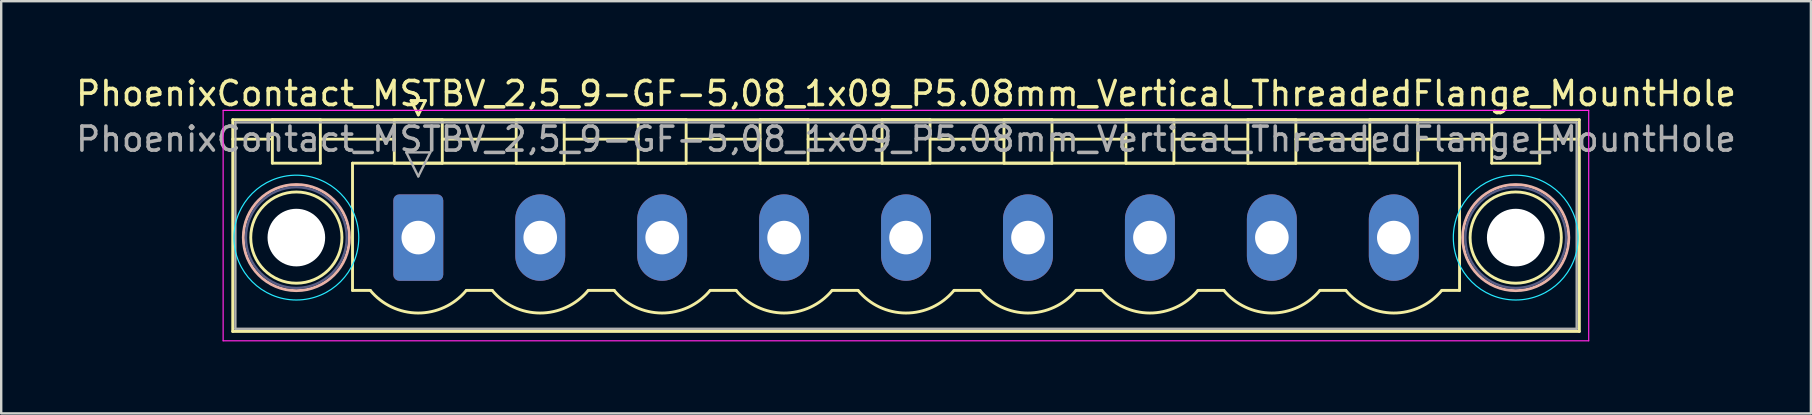
<source format=kicad_pcb>
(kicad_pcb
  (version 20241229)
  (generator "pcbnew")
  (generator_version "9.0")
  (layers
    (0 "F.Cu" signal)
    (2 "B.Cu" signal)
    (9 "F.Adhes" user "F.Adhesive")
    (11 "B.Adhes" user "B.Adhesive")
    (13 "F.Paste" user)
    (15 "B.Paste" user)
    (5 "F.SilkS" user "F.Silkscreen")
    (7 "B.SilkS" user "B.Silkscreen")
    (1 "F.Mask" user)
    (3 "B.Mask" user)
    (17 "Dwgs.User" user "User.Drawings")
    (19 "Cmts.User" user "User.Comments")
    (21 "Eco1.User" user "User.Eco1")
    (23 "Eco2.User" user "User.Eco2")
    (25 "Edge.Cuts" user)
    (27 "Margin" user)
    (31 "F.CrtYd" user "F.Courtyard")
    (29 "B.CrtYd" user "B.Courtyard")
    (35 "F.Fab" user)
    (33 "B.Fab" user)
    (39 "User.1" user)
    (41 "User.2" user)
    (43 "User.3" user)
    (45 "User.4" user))
  (footprint "PhoenixContact_MSTBV_2,5_9-GF-5,08_1x09_P5.08mm_Vertical_ThreadedFlange_MountHole"
    (layer "F.Cu")
    (at 14.376 6.848)
    (property "Reference" "PhoenixContact_MSTBV_2,5_9-GF-5,08_1x09_P5.08mm_Vertical_ThreadedFlange_MountHole" (at 20.32 -6 0) (layer "F.SilkS") (effects (font (size 1 1) (thickness 0.15))))
    (attr through_hole)
    (fp_line (start -7.73 -4.91) (end -7.73 3.91) (stroke (width 0.12) (type solid)) (layer "F.SilkS"))
    (fp_line (start -7.73 -4.1) (end -6.19 -4.1) (stroke (width 0.12) (type solid)) (layer "F.SilkS"))
    (fp_line (start -7.73 3.91) (end 48.37 3.91) (stroke (width 0.12) (type solid)) (layer "F.SilkS"))
    (fp_line (start -6.08 -4.91) (end -4.08 -4.91) (stroke (width 0.12) (type solid)) (layer "F.SilkS"))
    (fp_line (start -6.08 -3.1) (end -6.08 -4.91) (stroke (width 0.12) (type solid)) (layer "F.SilkS"))
    (fp_line (start -4.08 -4.91) (end -4.08 -3.1) (stroke (width 0.12) (type solid)) (layer "F.SilkS"))
    (fp_line (start -4.08 -4.1) (end -1 -4.1) (stroke (width 0.12) (type solid)) (layer "F.SilkS"))
    (fp_line (start -4.08 -3.1) (end -6.08 -3.1) (stroke (width 0.12) (type solid)) (layer "F.SilkS"))
    (fp_line (start -2.74 -3.1) (end 43.38 -3.1) (stroke (width 0.12) (type solid)) (layer "F.SilkS"))
    (fp_line (start -2.74 2.2) (end -2.74 -3.1) (stroke (width 0.12) (type solid)) (layer "F.SilkS"))
    (fp_line (start -2 2.2) (end -2.74 2.2) (stroke (width 0.12) (type solid)) (layer "F.SilkS"))
    (fp_line (start -1 -4.91) (end 1 -4.91) (stroke (width 0.12) (type solid)) (layer "F.SilkS"))
    (fp_line (start -1 -3.1) (end -1 -4.91) (stroke (width 0.12) (type solid)) (layer "F.SilkS"))
    (fp_line (start -0.3 -5.71) (end 0.3 -5.71) (stroke (width 0.12) (type solid)) (layer "F.SilkS"))
    (fp_line (start 0 -5.11) (end -0.3 -5.71) (stroke (width 0.12) (type solid)) (layer "F.SilkS"))
    (fp_line (start 0.3 -5.71) (end 0 -5.11) (stroke (width 0.12) (type solid)) (layer "F.SilkS"))
    (fp_line (start 1 -4.91) (end 1 -3.1) (stroke (width 0.12) (type solid)) (layer "F.SilkS"))
    (fp_line (start 1 -4.1) (end 4.08 -4.1) (stroke (width 0.12) (type solid)) (layer "F.SilkS"))
    (fp_line (start 1 -3.1) (end -1 -3.1) (stroke (width 0.12) (type solid)) (layer "F.SilkS"))
    (fp_line (start 2 2.2) (end 3.08 2.2) (stroke (width 0.12) (type solid)) (layer "F.SilkS"))
    (fp_line (start 4.08 -4.91) (end 6.08 -4.91) (stroke (width 0.12) (type solid)) (layer "F.SilkS"))
    (fp_line (start 4.08 -3.1) (end 4.08 -4.91) (stroke (width 0.12) (type solid)) (layer "F.SilkS"))
    (fp_line (start 6.08 -4.91) (end 6.08 -3.1) (stroke (width 0.12) (type solid)) (layer "F.SilkS"))
    (fp_line (start 6.08 -4.1) (end 9.16 -4.1) (stroke (width 0.12) (type solid)) (layer "F.SilkS"))
    (fp_line (start 6.08 -3.1) (end 4.08 -3.1) (stroke (width 0.12) (type solid)) (layer "F.SilkS"))
    (fp_line (start 7.08 2.2) (end 8.16 2.2) (stroke (width 0.12) (type solid)) (layer "F.SilkS"))
    (fp_line (start 9.16 -4.91) (end 11.16 -4.91) (stroke (width 0.12) (type solid)) (layer "F.SilkS"))
    (fp_line (start 9.16 -3.1) (end 9.16 -4.91) (stroke (width 0.12) (type solid)) (layer "F.SilkS"))
    (fp_line (start 11.16 -4.91) (end 11.16 -3.1) (stroke (width 0.12) (type solid)) (layer "F.SilkS"))
    (fp_line (start 11.16 -4.1) (end 14.24 -4.1) (stroke (width 0.12) (type solid)) (layer "F.SilkS"))
    (fp_line (start 11.16 -3.1) (end 9.16 -3.1) (stroke (width 0.12) (type solid)) (layer "F.SilkS"))
    (fp_line (start 12.16 2.2) (end 13.24 2.2) (stroke (width 0.12) (type solid)) (layer "F.SilkS"))
    (fp_line (start 14.24 -4.91) (end 16.24 -4.91) (stroke (width 0.12) (type solid)) (layer "F.SilkS"))
    (fp_line (start 14.24 -3.1) (end 14.24 -4.91) (stroke (width 0.12) (type solid)) (layer "F.SilkS"))
    (fp_line (start 16.24 -4.91) (end 16.24 -3.1) (stroke (width 0.12) (type solid)) (layer "F.SilkS"))
    (fp_line (start 16.24 -4.1) (end 19.32 -4.1) (stroke (width 0.12) (type solid)) (layer "F.SilkS"))
    (fp_line (start 16.24 -3.1) (end 14.24 -3.1) (stroke (width 0.12) (type solid)) (layer "F.SilkS"))
    (fp_line (start 17.24 2.2) (end 18.32 2.2) (stroke (width 0.12) (type solid)) (layer "F.SilkS"))
    (fp_line (start 19.32 -4.91) (end 21.32 -4.91) (stroke (width 0.12) (type solid)) (layer "F.SilkS"))
    (fp_line (start 19.32 -3.1) (end 19.32 -4.91) (stroke (width 0.12) (type solid)) (layer "F.SilkS"))
    (fp_line (start 21.32 -4.91) (end 21.32 -3.1) (stroke (width 0.12) (type solid)) (layer "F.SilkS"))
    (fp_line (start 21.32 -4.1) (end 24.4 -4.1) (stroke (width 0.12) (type solid)) (layer "F.SilkS"))
    (fp_line (start 21.32 -3.1) (end 19.32 -3.1) (stroke (width 0.12) (type solid)) (layer "F.SilkS"))
    (fp_line (start 22.32 2.2) (end 23.4 2.2) (stroke (width 0.12) (type solid)) (layer "F.SilkS"))
    (fp_line (start 24.4 -4.91) (end 26.4 -4.91) (stroke (width 0.12) (type solid)) (layer "F.SilkS"))
    (fp_line (start 24.4 -3.1) (end 24.4 -4.91) (stroke (width 0.12) (type solid)) (layer "F.SilkS"))
    (fp_line (start 26.4 -4.91) (end 26.4 -3.1) (stroke (width 0.12) (type solid)) (layer "F.SilkS"))
    (fp_line (start 26.4 -4.1) (end 29.48 -4.1) (stroke (width 0.12) (type solid)) (layer "F.SilkS"))
    (fp_line (start 26.4 -3.1) (end 24.4 -3.1) (stroke (width 0.12) (type solid)) (layer "F.SilkS"))
    (fp_line (start 27.4 2.2) (end 28.48 2.2) (stroke (width 0.12) (type solid)) (layer "F.SilkS"))
    (fp_line (start 29.48 -4.91) (end 31.48 -4.91) (stroke (width 0.12) (type solid)) (layer "F.SilkS"))
    (fp_line (start 29.48 -3.1) (end 29.48 -4.91) (stroke (width 0.12) (type solid)) (layer "F.SilkS"))
    (fp_line (start 31.48 -4.91) (end 31.48 -3.1) (stroke (width 0.12) (type solid)) (layer "F.SilkS"))
    (fp_line (start 31.48 -4.1) (end 34.56 -4.1) (stroke (width 0.12) (type solid)) (layer "F.SilkS"))
    (fp_line (start 31.48 -3.1) (end 29.48 -3.1) (stroke (width 0.12) (type solid)) (layer "F.SilkS"))
    (fp_line (start 32.48 2.2) (end 33.56 2.2) (stroke (width 0.12) (type solid)) (layer "F.SilkS"))
    (fp_line (start 34.56 -4.91) (end 36.56 -4.91) (stroke (width 0.12) (type solid)) (layer "F.SilkS"))
    (fp_line (start 34.56 -3.1) (end 34.56 -4.91) (stroke (width 0.12) (type solid)) (layer "F.SilkS"))
    (fp_line (start 36.56 -4.91) (end 36.56 -3.1) (stroke (width 0.12) (type solid)) (layer "F.SilkS"))
    (fp_line (start 36.56 -4.1) (end 39.64 -4.1) (stroke (width 0.12) (type solid)) (layer "F.SilkS"))
    (fp_line (start 36.56 -3.1) (end 34.56 -3.1) (stroke (width 0.12) (type solid)) (layer "F.SilkS"))
    (fp_line (start 37.56 2.2) (end 38.64 2.2) (stroke (width 0.12) (type solid)) (layer "F.SilkS"))
    (fp_line (start 39.64 -4.91) (end 41.64 -4.91) (stroke (width 0.12) (type solid)) (layer "F.SilkS"))
    (fp_line (start 39.64 -3.1) (end 39.64 -4.91) (stroke (width 0.12) (type solid)) (layer "F.SilkS"))
    (fp_line (start 41.64 -4.91) (end 41.64 -3.1) (stroke (width 0.12) (type solid)) (layer "F.SilkS"))
    (fp_line (start 41.64 -4.1) (end 44.72 -4.1) (stroke (width 0.12) (type solid)) (layer "F.SilkS"))
    (fp_line (start 41.64 -3.1) (end 39.64 -3.1) (stroke (width 0.12) (type solid)) (layer "F.SilkS"))
    (fp_line (start 43.38 -3.1) (end 43.38 2.2) (stroke (width 0.12) (type solid)) (layer "F.SilkS"))
    (fp_line (start 43.38 2.2) (end 42.64 2.2) (stroke (width 0.12) (type solid)) (layer "F.SilkS"))
    (fp_line (start 44.72 -4.91) (end 46.72 -4.91) (stroke (width 0.12) (type solid)) (layer "F.SilkS"))
    (fp_line (start 44.72 -3.1) (end 44.72 -4.91) (stroke (width 0.12) (type solid)) (layer "F.SilkS"))
    (fp_line (start 46.72 -4.91) (end 46.72 -3.1) (stroke (width 0.12) (type solid)) (layer "F.SilkS"))
    (fp_line (start 46.72 -3.1) (end 44.72 -3.1) (stroke (width 0.12) (type solid)) (layer "F.SilkS"))
    (fp_line (start 48.37 -4.91) (end -7.73 -4.91) (stroke (width 0.12) (type solid)) (layer "F.SilkS"))
    (fp_line (start 48.37 -4.1) (end 46.83 -4.1) (stroke (width 0.12) (type solid)) (layer "F.SilkS"))
    (fp_line (start 48.37 3.91) (end 48.37 -4.91) (stroke (width 0.12) (type solid)) (layer "F.SilkS"))
    (fp_arc (start 1.986842 2.215821) (mid -0.010289 3.142758) (end -2 2.2) (stroke (width 0.12) (type solid)) (layer "F.SilkS"))
    (fp_arc (start 7.066842 2.215821) (mid 5.069711 3.142758) (end 3.08 2.2) (stroke (width 0.12) (type solid)) (layer "F.SilkS"))
    (fp_arc (start 12.146842 2.215821) (mid 10.149711 3.142758) (end 8.16 2.2) (stroke (width 0.12) (type solid)) (layer "F.SilkS"))
    (fp_arc (start 17.226842 2.215821) (mid 15.229711 3.142758) (end 13.24 2.2) (stroke (width 0.12) (type solid)) (layer "F.SilkS"))
    (fp_arc (start 22.306842 2.215821) (mid 20.309711 3.142758) (end 18.32 2.2) (stroke (width 0.12) (type solid)) (layer "F.SilkS"))
    (fp_arc (start 27.386842 2.215821) (mid 25.389711 3.142758) (end 23.4 2.2) (stroke (width 0.12) (type solid)) (layer "F.SilkS"))
    (fp_arc (start 32.466842 2.215821) (mid 30.469711 3.142758) (end 28.48 2.2) (stroke (width 0.12) (type solid)) (layer "F.SilkS"))
    (fp_arc (start 37.546842 2.215821) (mid 35.549711 3.142758) (end 33.56 2.2) (stroke (width 0.12) (type solid)) (layer "F.SilkS"))
    (fp_arc (start 42.626842 2.215821) (mid 40.629711 3.142758) (end 38.64 2.2) (stroke (width 0.12) (type solid)) (layer "F.SilkS"))
    (fp_circle (center -5.08 0) (end -3.18 0) (stroke (width 0.12) (type solid)) (fill no) (layer "F.SilkS"))
    (fp_circle (center 45.72 0) (end 47.62 0) (stroke (width 0.12) (type solid)) (fill no) (layer "F.SilkS"))
    (fp_circle (center -5.08 0) (end -2.87 0) (stroke (width 0.12) (type solid)) (fill no) (layer "B.SilkS"))
    (fp_circle (center 45.72 0) (end 47.93 0) (stroke (width 0.12) (type solid)) (fill no) (layer "B.SilkS"))
    (fp_circle (center -5.08 0) (end -2.48 0) (stroke (width 0.05) (type solid)) (fill no) (layer "B.CrtYd"))
    (fp_circle (center 45.72 0) (end 48.32 0) (stroke (width 0.05) (type solid)) (fill no) (layer "B.CrtYd"))
    (fp_line (start -8.13 -5.3) (end -8.13 4.3) (stroke (width 0.05) (type solid)) (layer "F.CrtYd"))
    (fp_line (start -8.13 4.3) (end 48.76 4.3) (stroke (width 0.05) (type solid)) (layer "F.CrtYd"))
    (fp_line (start 48.76 -5.3) (end -8.13 -5.3) (stroke (width 0.05) (type solid)) (layer "F.CrtYd"))
    (fp_line (start 48.76 4.3) (end 48.76 -5.3) (stroke (width 0.05) (type solid)) (layer "F.CrtYd"))
    (fp_circle (center -5.08 0) (end -2.98 0) (stroke (width 0.1) (type solid)) (fill no) (layer "B.Fab"))
    (fp_circle (center 45.72 0) (end 47.82 0) (stroke (width 0.1) (type solid)) (fill no) (layer "B.Fab"))
    (fp_line (start -7.62 -4.8) (end -7.62 3.8) (stroke (width 0.1) (type solid)) (layer "F.Fab"))
    (fp_line (start -7.62 3.8) (end 48.26 3.8) (stroke (width 0.1) (type solid)) (layer "F.Fab"))
    (fp_line (start -0.5 -3.55) (end 0.5 -3.55) (stroke (width 0.1) (type solid)) (layer "F.Fab"))
    (fp_line (start 0 -2.55) (end -0.5 -3.55) (stroke (width 0.1) (type solid)) (layer "F.Fab"))
    (fp_line (start 0.5 -3.55) (end 0 -2.55) (stroke (width 0.1) (type solid)) (layer "F.Fab"))
    (fp_line (start 48.26 -4.8) (end -7.62 -4.8) (stroke (width 0.1) (type solid)) (layer "F.Fab"))
    (fp_line (start 48.26 3.8) (end 48.26 -4.8) (stroke (width 0.1) (type solid)) (layer "F.Fab"))
    (fp_text user "${REFERENCE}" (at 20.32 -4.1 0) (layer "F.Fab") (effects (font (size 1 1) (thickness 0.15))))
    (pad "" np_thru_hole circle (at -5.08 0) (size 2.4 2.4) (drill 2.4) (layers "*.Cu" "*.Mask"))
    (pad "" np_thru_hole circle (at 45.72 0) (size 2.4 2.4) (drill 2.4) (layers "*.Cu" "*.Mask"))
    (pad "1" thru_hole roundrect (at 0 0) (size 2.08 3.6) (drill 1.4) (layers "*.Cu" "*.Mask") (roundrect_rratio 0.12))
    (pad "2" thru_hole oval (at 5.08 0) (size 2.08 3.6) (drill 1.4) (layers "*.Cu" "*.Mask"))
    (pad "3" thru_hole oval (at 10.16 0) (size 2.08 3.6) (drill 1.4) (layers "*.Cu" "*.Mask"))
    (pad "4" thru_hole oval (at 15.24 0) (size 2.08 3.6) (drill 1.4) (layers "*.Cu" "*.Mask"))
    (pad "5" thru_hole oval (at 20.32 0) (size 2.08 3.6) (drill 1.4) (layers "*.Cu" "*.Mask"))
    (pad "6" thru_hole oval (at 25.4 0) (size 2.08 3.6) (drill 1.4) (layers "*.Cu" "*.Mask"))
    (pad "7" thru_hole oval (at 30.48 0) (size 2.08 3.6) (drill 1.4) (layers "*.Cu" "*.Mask"))
    (pad "8" thru_hole oval (at 35.56 0) (size 2.08 3.6) (drill 1.4) (layers "*.Cu" "*.Mask"))
    (pad "9" thru_hole oval (at 40.64 0) (size 2.08 3.6) (drill 1.4) (layers "*.Cu" "*.Mask")))
  (gr_rect
    (start -3 -3)
    (end 72.393 14.173)
    (stroke (width 0.1) (type default))
    (fill no)
    (layer "Edge.Cuts")))
</source>
